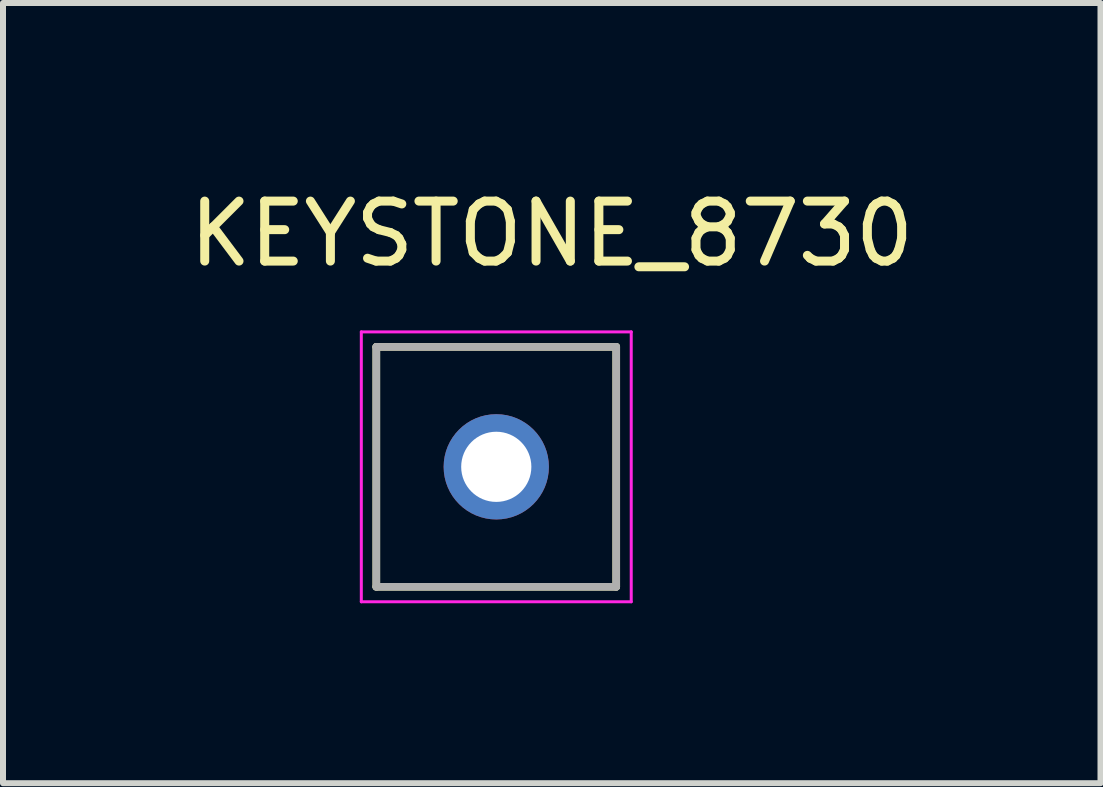
<source format=kicad_pcb>
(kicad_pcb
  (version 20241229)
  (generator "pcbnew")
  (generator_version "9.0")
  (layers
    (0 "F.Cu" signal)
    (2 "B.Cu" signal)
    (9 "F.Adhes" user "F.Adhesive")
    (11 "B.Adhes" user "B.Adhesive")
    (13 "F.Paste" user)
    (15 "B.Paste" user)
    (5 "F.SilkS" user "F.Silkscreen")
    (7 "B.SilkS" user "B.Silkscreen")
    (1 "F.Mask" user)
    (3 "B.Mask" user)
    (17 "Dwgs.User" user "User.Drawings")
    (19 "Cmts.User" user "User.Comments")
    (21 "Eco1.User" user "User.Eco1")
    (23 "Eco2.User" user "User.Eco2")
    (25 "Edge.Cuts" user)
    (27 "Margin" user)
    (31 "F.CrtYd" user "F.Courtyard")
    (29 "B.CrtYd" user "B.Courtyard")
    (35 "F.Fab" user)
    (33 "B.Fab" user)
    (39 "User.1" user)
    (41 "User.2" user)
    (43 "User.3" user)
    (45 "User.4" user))
  (footprint "KEYSTONE_8730"
    (layer "F.Cu")
    (at 5.224 4.733)
    (property "Reference" "KEYSTONE_8730" (at 0.925 -3.885 0) (layer "F.SilkS") (effects (font (size 1 1) (thickness 0.15))))
    (attr through_hole)
    (fp_line (start -2 -2) (end -2 2) (stroke (width 0.127) (type solid)) (layer "F.SilkS"))
    (fp_line (start -2 2) (end 2 2) (stroke (width 0.127) (type solid)) (layer "F.SilkS"))
    (fp_line (start 2 -2) (end -2 -2) (stroke (width 0.127) (type solid)) (layer "F.SilkS"))
    (fp_line (start 2 2) (end 2 -2) (stroke (width 0.127) (type solid)) (layer "F.SilkS"))
    (fp_line (start -2.25 -2.25) (end -2.25 2.25) (stroke (width 0.05) (type solid)) (layer "F.CrtYd"))
    (fp_line (start -2.25 2.25) (end 2.25 2.25) (stroke (width 0.05) (type solid)) (layer "F.CrtYd"))
    (fp_line (start 2.25 -2.25) (end -2.25 -2.25) (stroke (width 0.05) (type solid)) (layer "F.CrtYd"))
    (fp_line (start 2.25 2.25) (end 2.25 -2.25) (stroke (width 0.05) (type solid)) (layer "F.CrtYd"))
    (fp_line (start -2 -2) (end -2 2) (stroke (width 0.127) (type solid)) (layer "F.Fab"))
    (fp_line (start -2 2) (end 2 2) (stroke (width 0.127) (type solid)) (layer "F.Fab"))
    (fp_line (start 2 -2) (end -2 -2) (stroke (width 0.127) (type solid)) (layer "F.Fab"))
    (fp_line (start 2 2) (end 2 -2) (stroke (width 0.127) (type solid)) (layer "F.Fab"))
    (pad "1" thru_hole circle (at 0 0) (size 1.755 1.755) (drill 1.17) (layers "*.Cu" "*.Mask")))
  (gr_rect
    (start -3 -3)
    (end 15.298 10.008)
    (stroke (width 0.1) (type default))
    (fill no)
    (layer "Edge.Cuts")))
</source>
